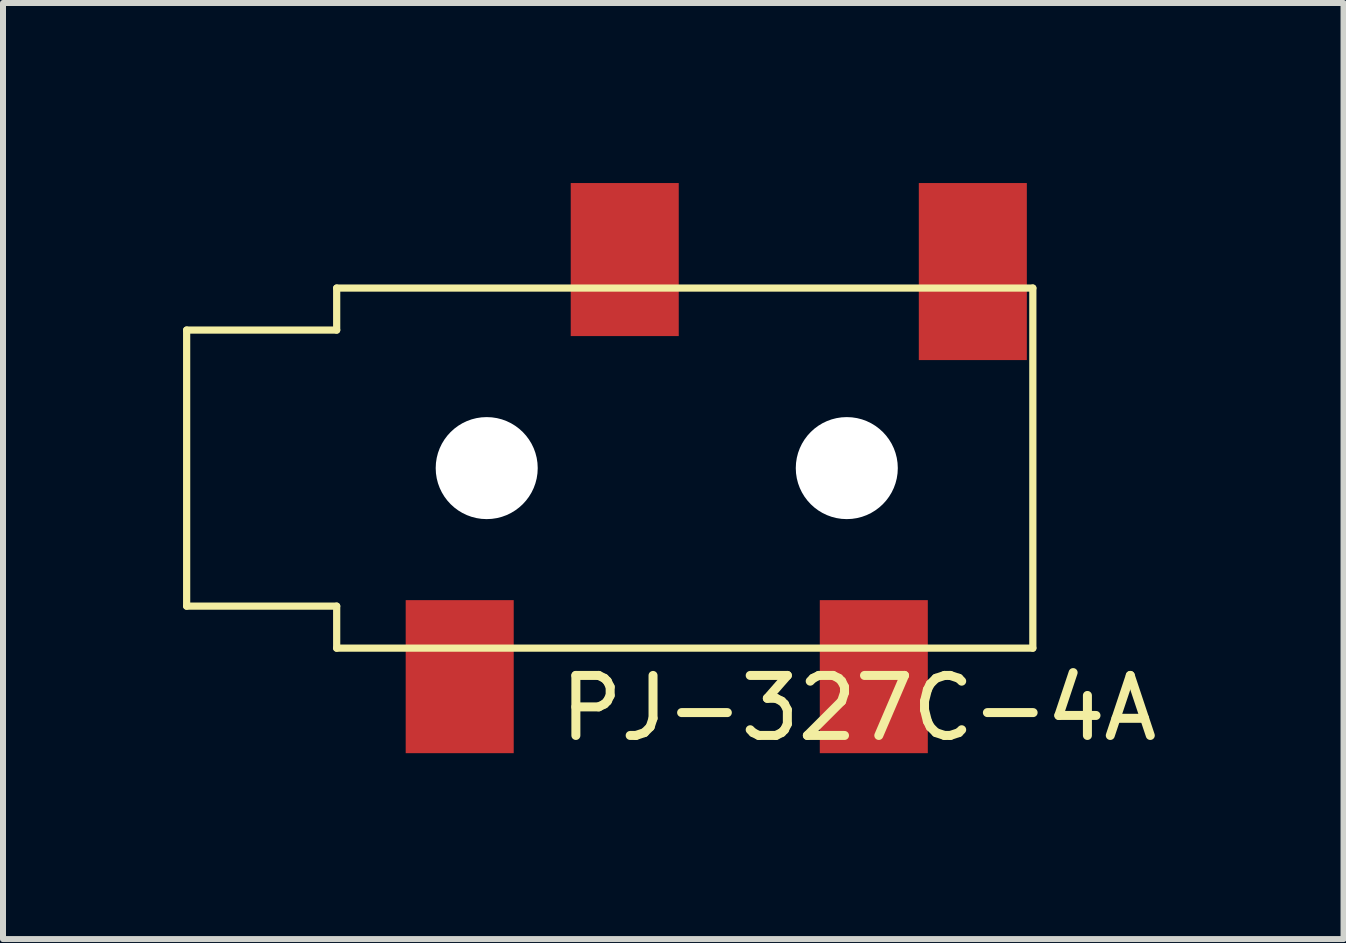
<source format=kicad_pcb>
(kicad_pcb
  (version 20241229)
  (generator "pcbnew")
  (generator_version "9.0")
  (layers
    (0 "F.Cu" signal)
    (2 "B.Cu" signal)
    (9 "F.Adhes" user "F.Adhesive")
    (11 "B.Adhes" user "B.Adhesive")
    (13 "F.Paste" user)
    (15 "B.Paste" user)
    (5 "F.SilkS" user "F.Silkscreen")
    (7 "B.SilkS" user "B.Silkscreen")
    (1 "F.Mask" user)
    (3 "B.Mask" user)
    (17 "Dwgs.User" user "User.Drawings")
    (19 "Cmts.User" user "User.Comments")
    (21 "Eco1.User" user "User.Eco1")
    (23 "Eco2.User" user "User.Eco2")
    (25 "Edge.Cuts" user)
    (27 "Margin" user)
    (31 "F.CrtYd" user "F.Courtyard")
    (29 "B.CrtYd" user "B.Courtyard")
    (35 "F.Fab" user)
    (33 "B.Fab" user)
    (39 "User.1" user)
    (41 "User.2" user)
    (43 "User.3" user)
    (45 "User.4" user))
  (footprint "PJ-327C-4A"
    (layer "F.Cu")
    (at 2.56 4.75)
    (property "Reference" "PJ-327C-4A" (at 8.7 4 0) (layer "F.SilkS") (effects (font (size 1 1) (thickness 0.15))))
    (attr smd)
    (fp_line (start -2.5 -2.3) (end -2.5 2.3) (stroke (width 0.12) (type solid)) (layer "F.SilkS"))
    (fp_line (start -2.5 2.3) (end 0 2.3) (stroke (width 0.12) (type solid)) (layer "F.SilkS"))
    (fp_line (start 0 -3) (end 0 -2.3) (stroke (width 0.12) (type solid)) (layer "F.SilkS"))
    (fp_line (start 0 -2.3) (end -2.5 -2.3) (stroke (width 0.12) (type solid)) (layer "F.SilkS"))
    (fp_line (start 0 2.3) (end 0 3) (stroke (width 0.12) (type solid)) (layer "F.SilkS"))
    (fp_line (start 0 3) (end 11.6 3) (stroke (width 0.12) (type solid)) (layer "F.SilkS"))
    (fp_line (start 11.6 -3) (end 0 -3) (stroke (width 0.12) (type solid)) (layer "F.SilkS"))
    (fp_line (start 11.6 3) (end 11.6 -3) (stroke (width 0.12) (type solid)) (layer "F.SilkS"))
    (pad "" np_thru_hole circle (at 2.5 0) (size 1.7 1.7) (drill 1.7) (layers "*.Cu" "*.Mask"))
    (pad "" np_thru_hole circle (at 8.5 0) (size 1.7 1.7) (drill 1.7) (layers "*.Cu" "*.Mask"))
    (pad "R" smd rect (at 4.8 -3.475) (size 1.8 2.55) (layers "F.Cu" "F.Mask" "F.Paste"))
    (pad "S" smd rect (at 2.05 3.475) (size 1.8 2.55) (layers "F.Cu" "F.Mask" "F.Paste"))
    (pad "T" smd rect (at 8.95 3.475) (size 1.8 2.55) (layers "F.Cu" "F.Mask" "F.Paste"))
    (pad "TN" smd rect (at 10.6 -3.275 180) (size 1.8 2.95) (layers "F.Cu" "F.Mask" "F.Paste")))
  (gr_rect
    (start -3 -3)
    (end 19.337 12.598)
    (stroke (width 0.1) (type default))
    (fill no)
    (layer "Edge.Cuts")))
</source>
